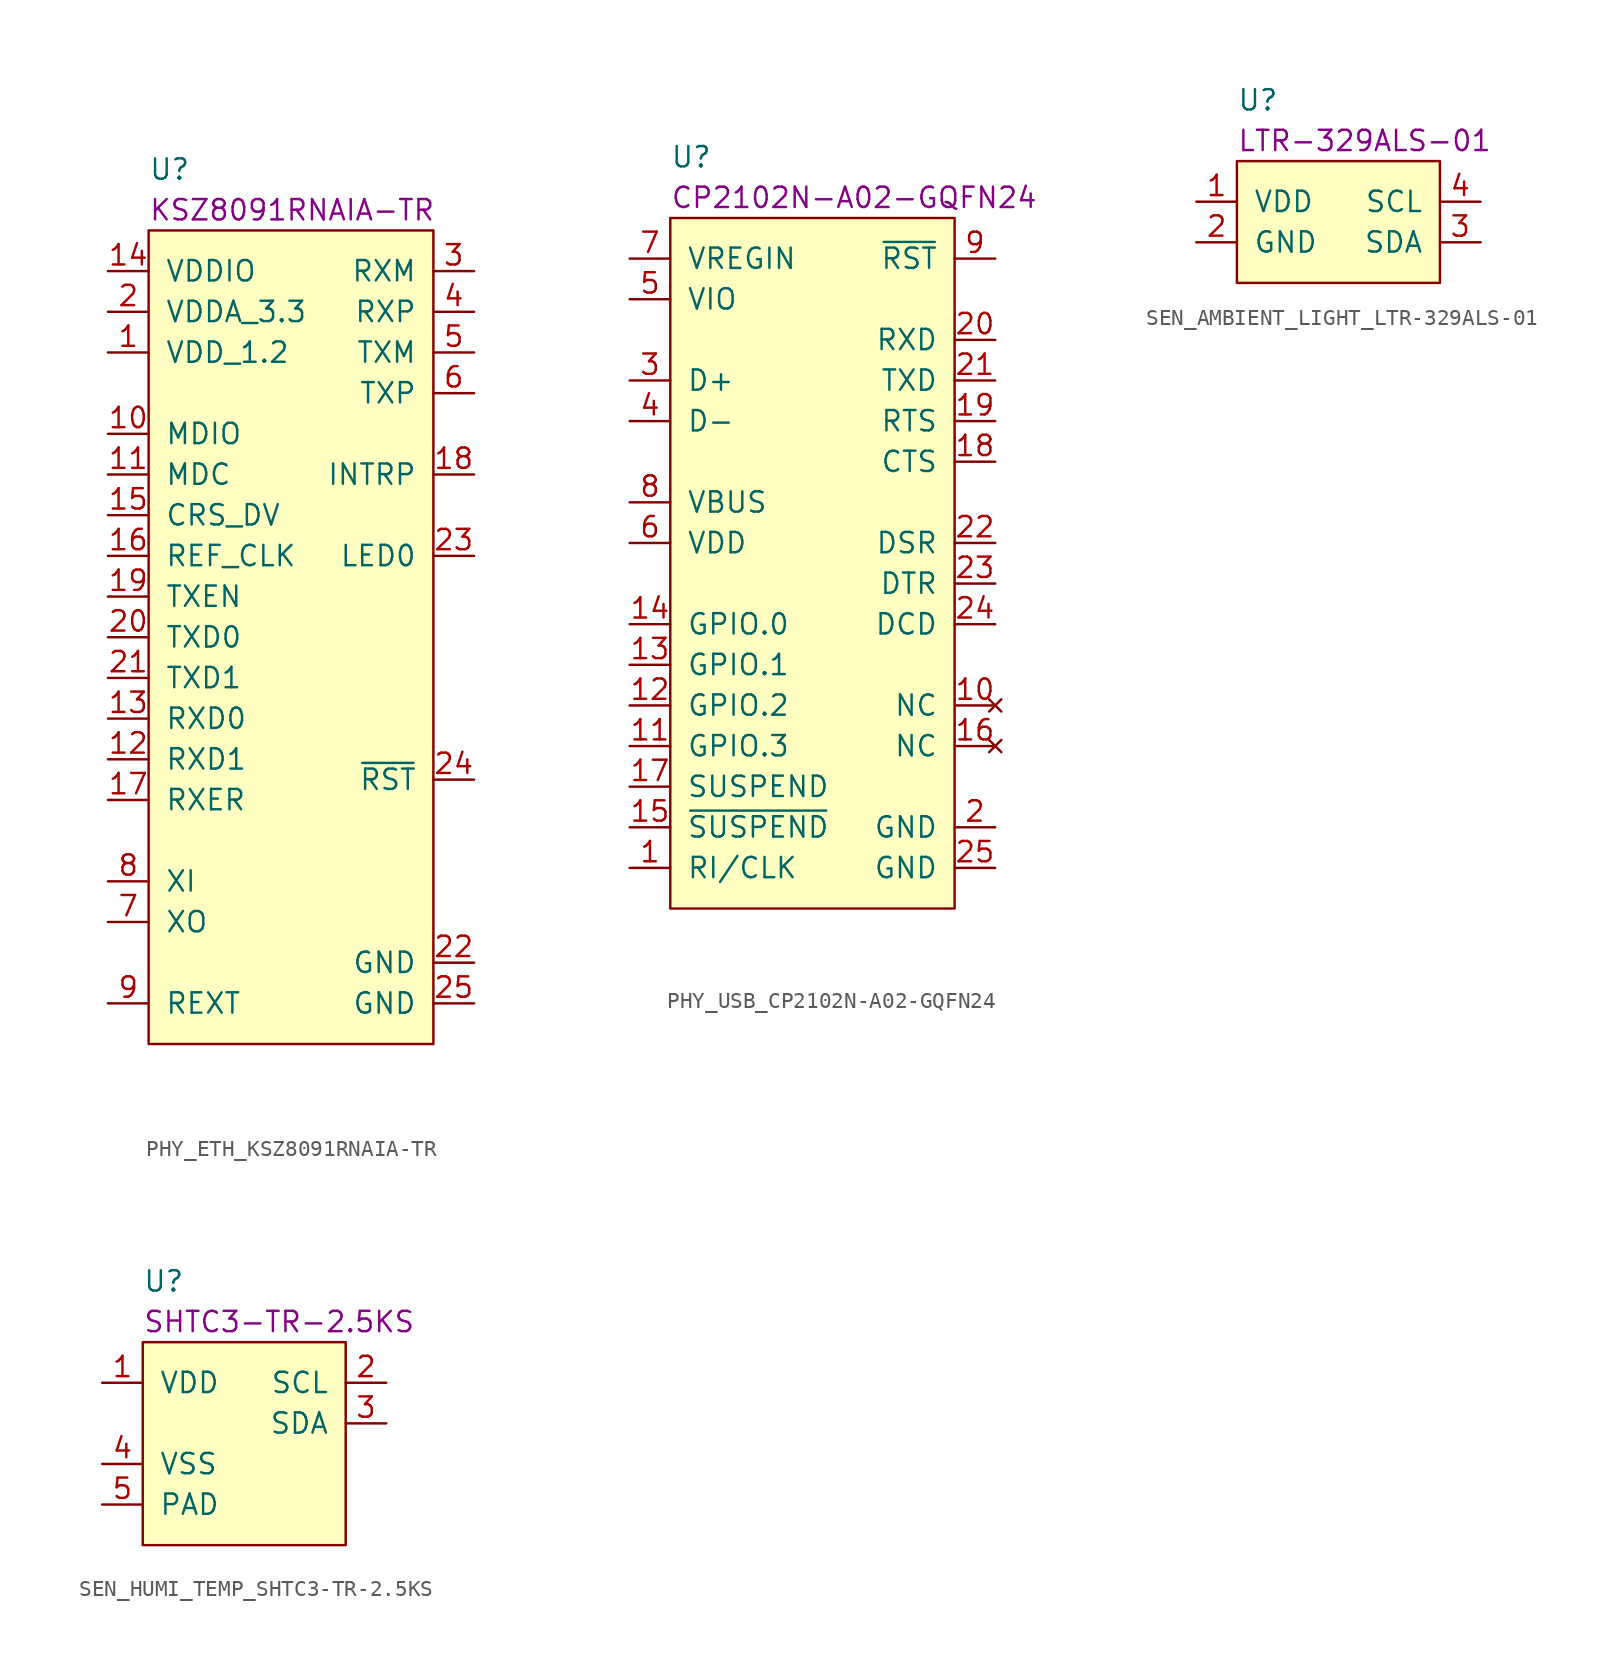
<source format=kicad_sym>
(kicad_symbol_lib
  (version 20211014)
  (generator kicad_symbol_editor)
  (symbol "PHY_ETH_KSZ8091RNAIA-TR"
    (pin_names
      (offset 1.016))
    (property "Reference" "U"
      (at 0 3.81 0)
      (effects (font (size 1.27 1.27)) (justify left)))
    (property "Manufacturer Part Number" "KSZ8091RNAIA-TR"
      (at 0 1.27 0)
      (effects (font (size 1.27 1.27)) (justify left)))
    (symbol "PHY_ETH_KSZ8091RNAIA-TR_0_1"
      (rectangle (start 0 0) (end 17.78 -50.8) (stroke (width 0) (type default) (color 0 0 0 0)) (fill (type background))))
    (symbol "PHY_ETH_KSZ8091RNAIA-TR_1_1"
      (pin power_out line (at -2.54 -7.62 0) (length 2.54) (name "VDD_1.2" (effects (font (size 1.27 1.27)))) (number "1" (effects (font (size 1.27 1.27)))))
      (pin bidirectional line (at -2.54 -12.7 0) (length 2.54) (name "MDIO" (effects (font (size 1.27 1.27)))) (number "10" (effects (font (size 1.27 1.27)))))
      (pin input line (at -2.54 -15.24 0) (length 2.54) (name "MDC" (effects (font (size 1.27 1.27)))) (number "11" (effects (font (size 1.27 1.27)))))
      (pin output line (at -2.54 -33.02 0) (length 2.54) (name "RXD1" (effects (font (size 1.27 1.27)))) (number "12" (effects (font (size 1.27 1.27)))))
      (pin output line (at -2.54 -30.48 0) (length 2.54) (name "RXD0" (effects (font (size 1.27 1.27)))) (number "13" (effects (font (size 1.27 1.27)))))
      (pin power_in line (at -2.54 -2.54 0) (length 2.54) (name "VDDIO" (effects (font (size 1.27 1.27)))) (number "14" (effects (font (size 1.27 1.27)))))
      (pin output line (at -2.54 -17.78 0) (length 2.54) (name "CRS_DV" (effects (font (size 1.27 1.27)))) (number "15" (effects (font (size 1.27 1.27)))))
      (pin output line (at -2.54 -20.32 0) (length 2.54) (name "REF_CLK" (effects (font (size 1.27 1.27)))) (number "16" (effects (font (size 1.27 1.27)))))
      (pin output line (at -2.54 -35.56 0) (length 2.54) (name "RXER" (effects (font (size 1.27 1.27)))) (number "17" (effects (font (size 1.27 1.27)))))
      (pin output line (at 20.32 -15.24 180) (length 2.54) (name "INTRP" (effects (font (size 1.27 1.27)))) (number "18" (effects (font (size 1.27 1.27)))))
      (pin input line (at -2.54 -22.86 0) (length 2.54) (name "TXEN" (effects (font (size 1.27 1.27)))) (number "19" (effects (font (size 1.27 1.27)))))
      (pin power_in line (at -2.54 -5.08 0) (length 2.54) (name "VDDA_3.3" (effects (font (size 1.27 1.27)))) (number "2" (effects (font (size 1.27 1.27)))))
      (pin input line (at -2.54 -25.4 0) (length 2.54) (name "TXD0" (effects (font (size 1.27 1.27)))) (number "20" (effects (font (size 1.27 1.27)))))
      (pin input line (at -2.54 -27.94 0) (length 2.54) (name "TXD1" (effects (font (size 1.27 1.27)))) (number "21" (effects (font (size 1.27 1.27)))))
      (pin power_in line (at 20.32 -45.72 180) (length 2.54) (name "GND" (effects (font (size 1.27 1.27)))) (number "22" (effects (font (size 1.27 1.27)))))
      (pin output line (at 20.32 -20.32 180) (length 2.54) (name "LED0" (effects (font (size 1.27 1.27)))) (number "23" (effects (font (size 1.27 1.27)))))
      (pin input line (at 20.32 -34.29 180) (length 2.54) (name "~{RST}" (effects (font (size 1.27 1.27)))) (number "24" (effects (font (size 1.27 1.27)))))
      (pin power_in line (at 20.32 -48.26 180) (length 2.54) (name "GND" (effects (font (size 1.27 1.27)))) (number "25" (effects (font (size 1.27 1.27)))))
      (pin bidirectional line (at 20.32 -2.54 180) (length 2.54) (name "RXM" (effects (font (size 1.27 1.27)))) (number "3" (effects (font (size 1.27 1.27)))))
      (pin bidirectional line (at 20.32 -5.08 180) (length 2.54) (name "RXP" (effects (font (size 1.27 1.27)))) (number "4" (effects (font (size 1.27 1.27)))))
      (pin bidirectional line (at 20.32 -7.62 180) (length 2.54) (name "TXM" (effects (font (size 1.27 1.27)))) (number "5" (effects (font (size 1.27 1.27)))))
      (pin bidirectional line (at 20.32 -10.16 180) (length 2.54) (name "TXP" (effects (font (size 1.27 1.27)))) (number "6" (effects (font (size 1.27 1.27)))))
      (pin output line (at -2.54 -43.18 0) (length 2.54) (name "XO" (effects (font (size 1.27 1.27)))) (number "7" (effects (font (size 1.27 1.27)))))
      (pin input line (at -2.54 -40.64 0) (length 2.54) (name "XI" (effects (font (size 1.27 1.27)))) (number "8" (effects (font (size 1.27 1.27)))))
      (pin input line (at -2.54 -48.26 0) (length 2.54) (name "REXT" (effects (font (size 1.27 1.27)))) (number "9" (effects (font (size 1.27 1.27)))))))
  (symbol "PHY_USB_CP2102N-A02-GQFN24"
    (pin_names
      (offset 1.016))
    (property "Reference" "U"
      (at 0 3.81 0)
      (effects (font (size 1.27 1.27)) (justify left)))
    (property "Manufacturer Part Number" "CP2102N-A02-GQFN24"
      (at 0 1.27 0)
      (effects (font (size 1.27 1.27)) (justify left)))
    (symbol "PHY_USB_CP2102N-A02-GQFN24_0_1"
      (rectangle (start 0 0) (end 17.78 -43.18) (stroke (width 0) (type default) (color 0 0 0 0)) (fill (type background))))
    (symbol "PHY_USB_CP2102N-A02-GQFN24_1_1"
      (pin bidirectional line (at -2.54 -40.64 0) (length 2.54) (name "RI/CLK" (effects (font (size 1.27 1.27)))) (number "1" (effects (font (size 1.27 1.27)))))
      (pin no_connect line (at 20.32 -30.48 180) (length 2.54) (name "NC" (effects (font (size 1.27 1.27)))) (number "10" (effects (font (size 1.27 1.27)))))
      (pin bidirectional line (at -2.54 -33.02 0) (length 2.54) (name "GPIO.3" (effects (font (size 1.27 1.27)))) (number "11" (effects (font (size 1.27 1.27)))))
      (pin bidirectional line (at -2.54 -30.48 0) (length 2.54) (name "GPIO.2" (effects (font (size 1.27 1.27)))) (number "12" (effects (font (size 1.27 1.27)))))
      (pin bidirectional line (at -2.54 -27.94 0) (length 2.54) (name "GPIO.1" (effects (font (size 1.27 1.27)))) (number "13" (effects (font (size 1.27 1.27)))))
      (pin bidirectional line (at -2.54 -25.4 0) (length 2.54) (name "GPIO.0" (effects (font (size 1.27 1.27)))) (number "14" (effects (font (size 1.27 1.27)))))
      (pin output line (at -2.54 -38.1 0) (length 2.54) (name "~{SUSPEND}" (effects (font (size 1.27 1.27)))) (number "15" (effects (font (size 1.27 1.27)))))
      (pin no_connect line (at 20.32 -33.02 180) (length 2.54) (name "NC" (effects (font (size 1.27 1.27)))) (number "16" (effects (font (size 1.27 1.27)))))
      (pin output line (at -2.54 -35.56 0) (length 2.54) (name "SUSPEND" (effects (font (size 1.27 1.27)))) (number "17" (effects (font (size 1.27 1.27)))))
      (pin input line (at 20.32 -15.24 180) (length 2.54) (name "CTS" (effects (font (size 1.27 1.27)))) (number "18" (effects (font (size 1.27 1.27)))))
      (pin output line (at 20.32 -12.7 180) (length 2.54) (name "RTS" (effects (font (size 1.27 1.27)))) (number "19" (effects (font (size 1.27 1.27)))))
      (pin power_in line (at 20.32 -38.1 180) (length 2.54) (name "GND" (effects (font (size 1.27 1.27)))) (number "2" (effects (font (size 1.27 1.27)))))
      (pin input line (at 20.32 -7.62 180) (length 2.54) (name "RXD" (effects (font (size 1.27 1.27)))) (number "20" (effects (font (size 1.27 1.27)))))
      (pin output line (at 20.32 -10.16 180) (length 2.54) (name "TXD" (effects (font (size 1.27 1.27)))) (number "21" (effects (font (size 1.27 1.27)))))
      (pin input line (at 20.32 -20.32 180) (length 2.54) (name "DSR" (effects (font (size 1.27 1.27)))) (number "22" (effects (font (size 1.27 1.27)))))
      (pin output line (at 20.32 -22.86 180) (length 2.54) (name "DTR" (effects (font (size 1.27 1.27)))) (number "23" (effects (font (size 1.27 1.27)))))
      (pin input line (at 20.32 -25.4 180) (length 2.54) (name "DCD" (effects (font (size 1.27 1.27)))) (number "24" (effects (font (size 1.27 1.27)))))
      (pin power_in line (at 20.32 -40.64 180) (length 2.54) (name "GND" (effects (font (size 1.27 1.27)))) (number "25" (effects (font (size 1.27 1.27)))))
      (pin bidirectional line (at -2.54 -10.16 0) (length 2.54) (name "D+" (effects (font (size 1.27 1.27)))) (number "3" (effects (font (size 1.27 1.27)))))
      (pin bidirectional line (at -2.54 -12.7 0) (length 2.54) (name "D-" (effects (font (size 1.27 1.27)))) (number "4" (effects (font (size 1.27 1.27)))))
      (pin power_in line (at -2.54 -5.08 0) (length 2.54) (name "VIO" (effects (font (size 1.27 1.27)))) (number "5" (effects (font (size 1.27 1.27)))))
      (pin power_in line (at -2.54 -20.32 0) (length 2.54) (name "VDD" (effects (font (size 1.27 1.27)))) (number "6" (effects (font (size 1.27 1.27)))))
      (pin power_in line (at -2.54 -2.54 0) (length 2.54) (name "VREGIN" (effects (font (size 1.27 1.27)))) (number "7" (effects (font (size 1.27 1.27)))))
      (pin input line (at -2.54 -17.78 0) (length 2.54) (name "VBUS" (effects (font (size 1.27 1.27)))) (number "8" (effects (font (size 1.27 1.27)))))
      (pin input line (at 20.32 -2.54 180) (length 2.54) (name "~{RST}" (effects (font (size 1.27 1.27)))) (number "9" (effects (font (size 1.27 1.27)))))))
  (symbol "SEN_AMBIENT_LIGHT_LTR-329ALS-01"
    (pin_names
      (offset 1.016))
    (property "Reference" "U"
      (at 0 3.81 0)
      (effects (font (size 1.27 1.27)) (justify left)))
    (property "Manufacturer Part Number" "LTR-329ALS-01"
      (at 0 1.27 0)
      (effects (font (size 1.27 1.27)) (justify left)))
    (symbol "SEN_AMBIENT_LIGHT_LTR-329ALS-01_0_1"
      (rectangle (start 0 0) (end 12.7 -7.62) (stroke (width 0) (type default) (color 0 0 0 0)) (fill (type background))))
    (symbol "SEN_AMBIENT_LIGHT_LTR-329ALS-01_1_1"
      (pin power_in line (at -2.54 -2.54 0) (length 2.54) (name "VDD" (effects (font (size 1.27 1.27)))) (number "1" (effects (font (size 1.27 1.27)))))
      (pin power_in line (at -2.54 -5.08 0) (length 2.54) (name "GND" (effects (font (size 1.27 1.27)))) (number "2" (effects (font (size 1.27 1.27)))))
      (pin bidirectional line (at 15.24 -5.08 180) (length 2.54) (name "SDA" (effects (font (size 1.27 1.27)))) (number "3" (effects (font (size 1.27 1.27)))))
      (pin input line (at 15.24 -2.54 180) (length 2.54) (name "SCL" (effects (font (size 1.27 1.27)))) (number "4" (effects (font (size 1.27 1.27)))))))
  (symbol "SEN_HUMI_TEMP_SHTC3-TR-2.5KS"
    (pin_names
      (offset 1.016))
    (property "Reference" "U"
      (at 0 3.81 0)
      (effects (font (size 1.27 1.27)) (justify left)))
    (property "Manufacturer Part Number" "SHTC3-TR-2.5KS"
      (at 0 1.27 0)
      (effects (font (size 1.27 1.27)) (justify left)))
    (symbol "SEN_HUMI_TEMP_SHTC3-TR-2.5KS_0_1"
      (rectangle (start 0 0) (end 12.7 -12.7) (stroke (width 0) (type default) (color 0 0 0 0)) (fill (type background))))
    (symbol "SEN_HUMI_TEMP_SHTC3-TR-2.5KS_1_1"
      (pin power_in line (at -2.54 -2.54 0) (length 2.54) (name "VDD" (effects (font (size 1.27 1.27)))) (number "1" (effects (font (size 1.27 1.27)))))
      (pin input line (at 15.24 -2.54 180) (length 2.54) (name "SCL" (effects (font (size 1.27 1.27)))) (number "2" (effects (font (size 1.27 1.27)))))
      (pin bidirectional line (at 15.24 -5.08 180) (length 2.54) (name "SDA" (effects (font (size 1.27 1.27)))) (number "3" (effects (font (size 1.27 1.27)))))
      (pin power_in line (at -2.54 -7.62 0) (length 2.54) (name "VSS" (effects (font (size 1.27 1.27)))) (number "4" (effects (font (size 1.27 1.27)))))
      (pin power_in line (at -2.54 -10.16 0) (length 2.54) (name "PAD" (effects (font (size 1.27 1.27)))) (number "5" (effects (font (size 1.27 1.27))))))))
</source>
